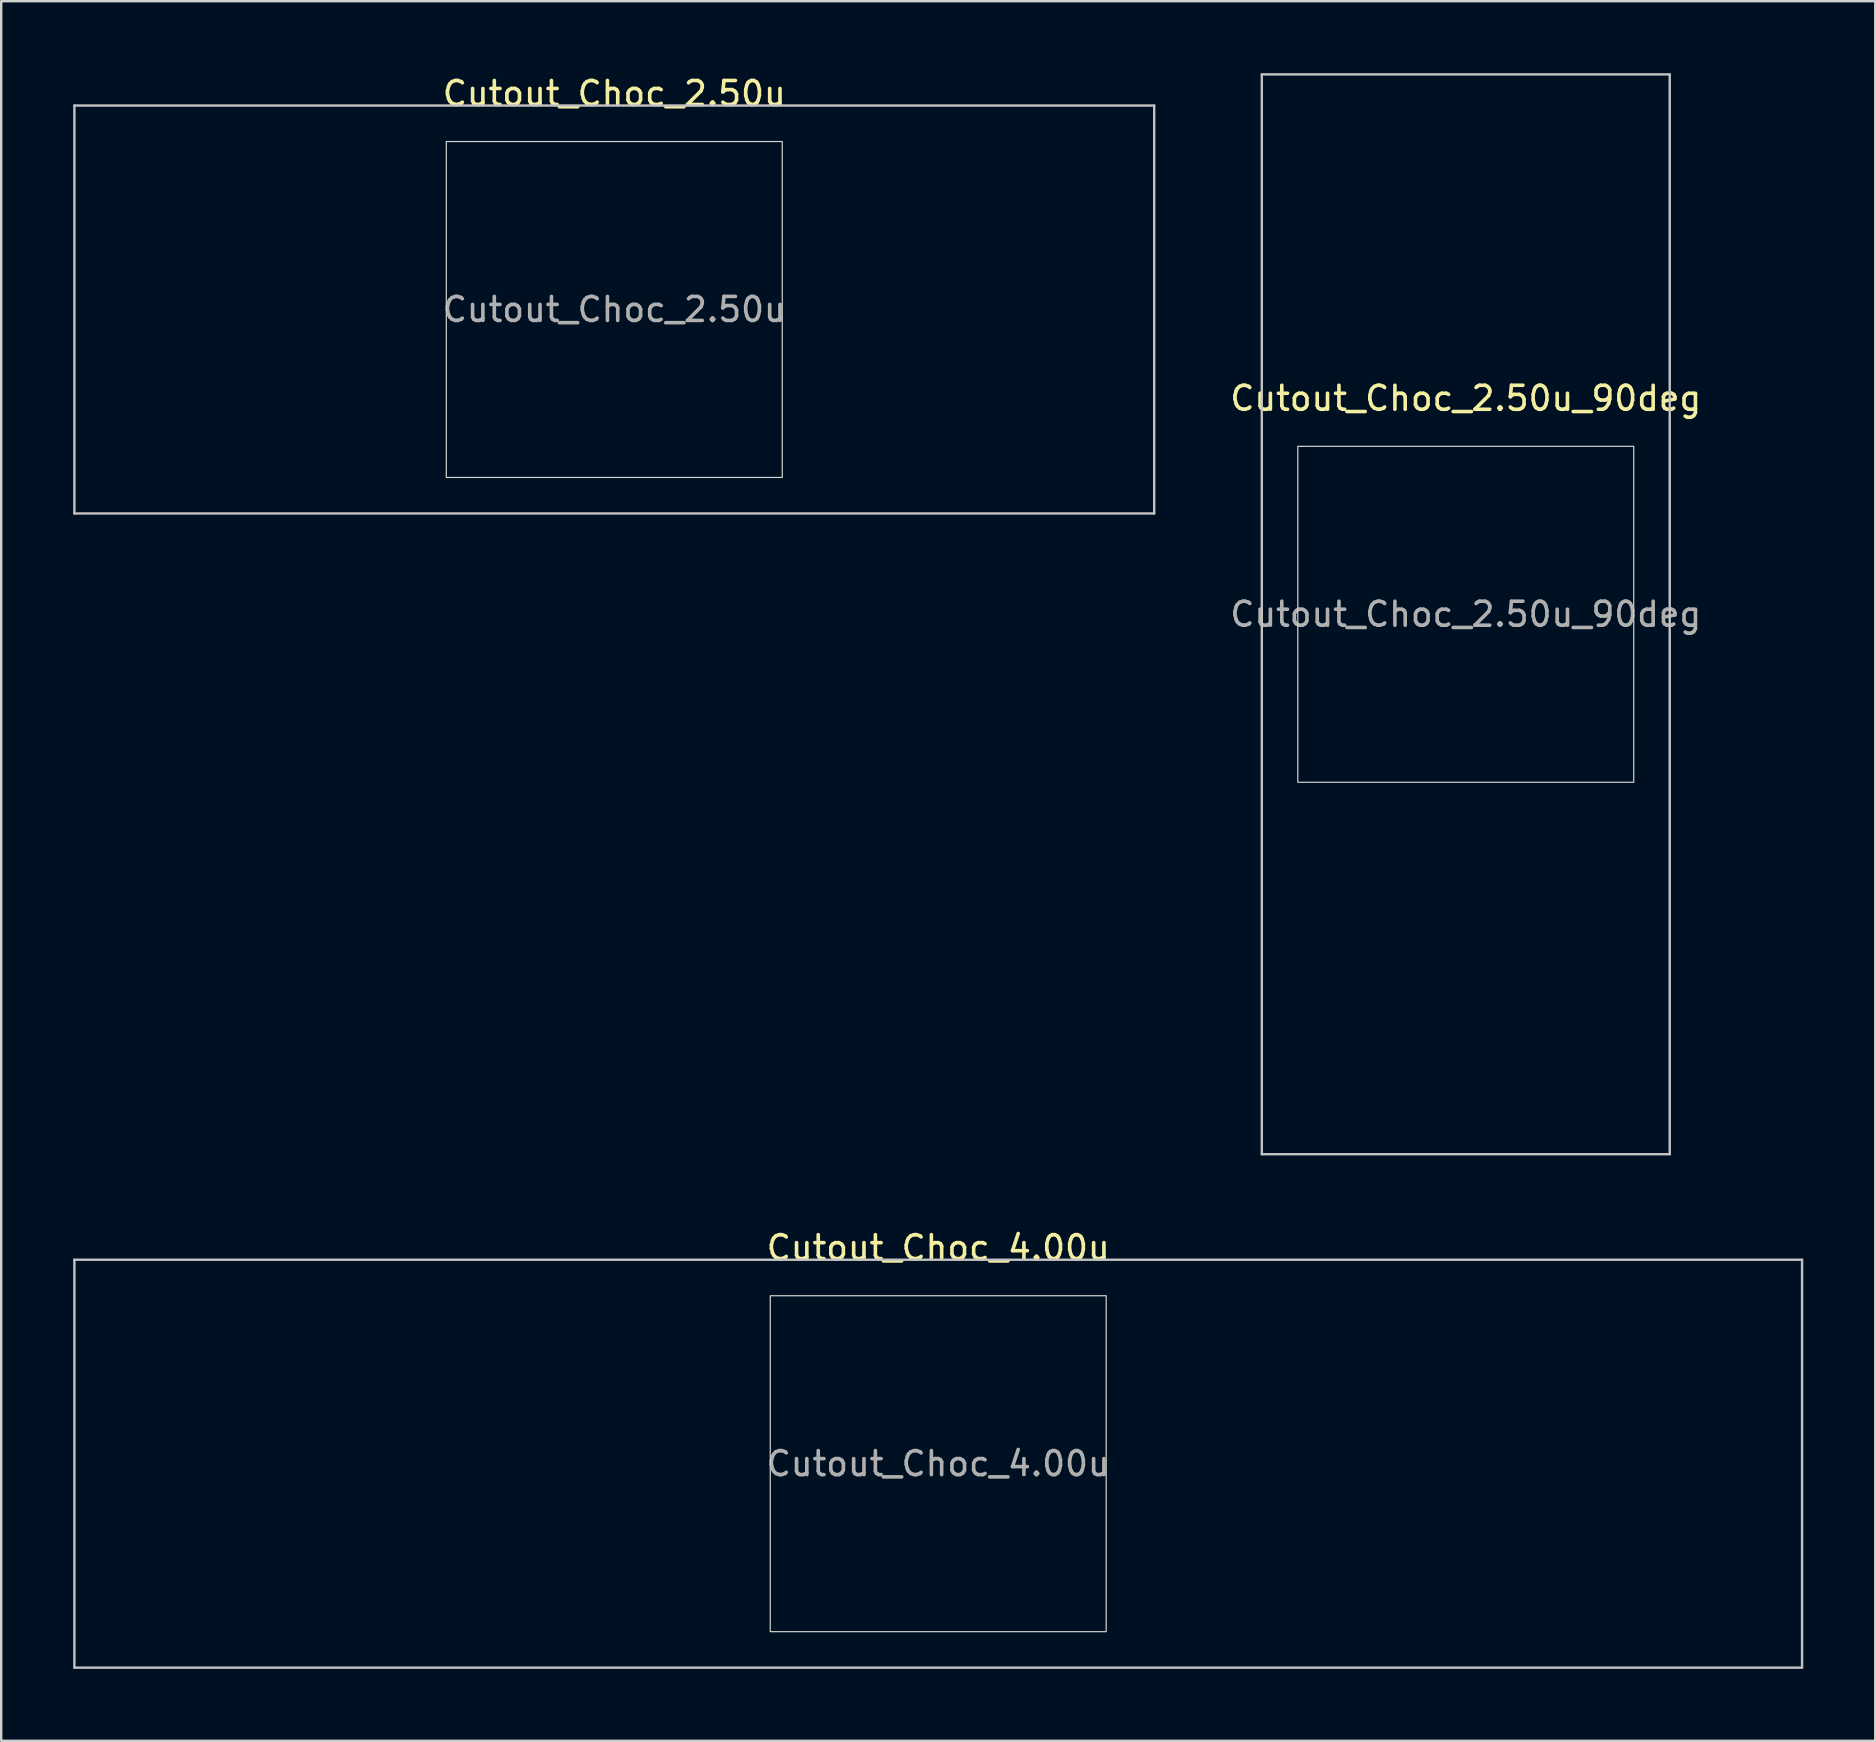
<source format=kicad_pcb>
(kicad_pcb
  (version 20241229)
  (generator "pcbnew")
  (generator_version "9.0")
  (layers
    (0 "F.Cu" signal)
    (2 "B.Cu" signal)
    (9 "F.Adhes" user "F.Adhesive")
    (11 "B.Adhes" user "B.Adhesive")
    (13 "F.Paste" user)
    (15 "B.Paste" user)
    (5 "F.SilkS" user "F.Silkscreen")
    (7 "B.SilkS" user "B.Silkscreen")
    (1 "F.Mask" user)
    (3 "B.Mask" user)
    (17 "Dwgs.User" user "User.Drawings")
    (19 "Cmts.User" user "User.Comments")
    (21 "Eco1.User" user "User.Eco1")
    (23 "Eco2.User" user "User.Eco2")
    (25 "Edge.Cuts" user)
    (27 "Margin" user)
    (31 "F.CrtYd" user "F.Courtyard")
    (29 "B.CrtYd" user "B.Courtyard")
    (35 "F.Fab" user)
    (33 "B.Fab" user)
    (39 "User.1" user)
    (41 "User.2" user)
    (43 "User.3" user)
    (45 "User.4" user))
  (footprint "Cutout_Choc_2.50u"
    (layer "F.Cu")
    (at 22.55 9.848)
    (property "Reference" "Cutout_Choc_2.50u" (at 0 -9 0) (layer "F.SilkS") (effects (font (size 1 1) (thickness 0.15))))
    (attr through_hole)
    (fp_line (start -22.5 -8.5) (end -22.5 8.5) (stroke (width 0.1) (type solid)) (layer "Dwgs.User"))
    (fp_line (start -22.5 8.5) (end 22.5 8.5) (stroke (width 0.1) (type solid)) (layer "Dwgs.User"))
    (fp_line (start 22.5 -8.5) (end -22.5 -8.5) (stroke (width 0.1) (type solid)) (layer "Dwgs.User"))
    (fp_line (start 22.5 8.5) (end 22.5 -8.5) (stroke (width 0.1) (type solid)) (layer "Dwgs.User"))
    (fp_rect (start -7 -7) (end 7 7) (stroke (width 0.05) (type default)) (fill no) (layer "Edge.Cuts"))
    (fp_text user "${REFERENCE}" (at 0 0 0) (layer "F.Fab") (effects (font (size 1 1) (thickness 0.15)))))
  (footprint "Cutout_Choc_4.00u"
    (layer "F.Cu")
    (at 36.05 57.948)
    (property "Reference" "Cutout_Choc_4.00u" (at 0 -9 0) (layer "F.SilkS") (effects (font (size 1 1) (thickness 0.15))))
    (attr through_hole)
    (fp_line (start -36 -8.5) (end -36 8.5) (stroke (width 0.1) (type solid)) (layer "Dwgs.User"))
    (fp_line (start -36 8.5) (end 36 8.5) (stroke (width 0.1) (type solid)) (layer "Dwgs.User"))
    (fp_line (start 36 -8.5) (end -36 -8.5) (stroke (width 0.1) (type solid)) (layer "Dwgs.User"))
    (fp_line (start 36 8.5) (end 36 -8.5) (stroke (width 0.1) (type solid)) (layer "Dwgs.User"))
    (fp_rect (start -7 -7) (end 7 7) (stroke (width 0.05) (type default)) (fill no) (layer "Edge.Cuts"))
    (fp_text user "${REFERENCE}" (at 0 0 0) (layer "F.Fab") (effects (font (size 1 1) (thickness 0.15)))))
  (footprint "Cutout_Choc_2.50u_90deg"
    (layer "F.Cu")
    (at 58.035 22.55)
    (property "Reference" "Cutout_Choc_2.50u_90deg" (at 0 -9 0) (layer "F.SilkS") (effects (font (size 1 1) (thickness 0.15))))
    (attr through_hole)
    (fp_line (start -8.5 -22.5) (end 8.5 -22.5) (stroke (width 0.1) (type solid)) (layer "Dwgs.User"))
    (fp_line (start -8.5 22.5) (end -8.5 -22.5) (stroke (width 0.1) (type solid)) (layer "Dwgs.User"))
    (fp_line (start 8.5 -22.5) (end 8.5 22.5) (stroke (width 0.1) (type solid)) (layer "Dwgs.User"))
    (fp_line (start 8.5 22.5) (end -8.5 22.5) (stroke (width 0.1) (type solid)) (layer "Dwgs.User"))
    (fp_rect (start -7 -7) (end 7 7) (stroke (width 0.05) (type default)) (fill no) (layer "Edge.Cuts"))
    (fp_text user "${REFERENCE}" (at 0 0 0) (layer "F.Fab") (effects (font (size 1 1) (thickness 0.15)))))
  (gr_rect
    (start -3 -3)
    (end 75.1 69.498)
    (stroke (width 0.1) (type default))
    (fill no)
    (layer "Edge.Cuts")))
</source>
